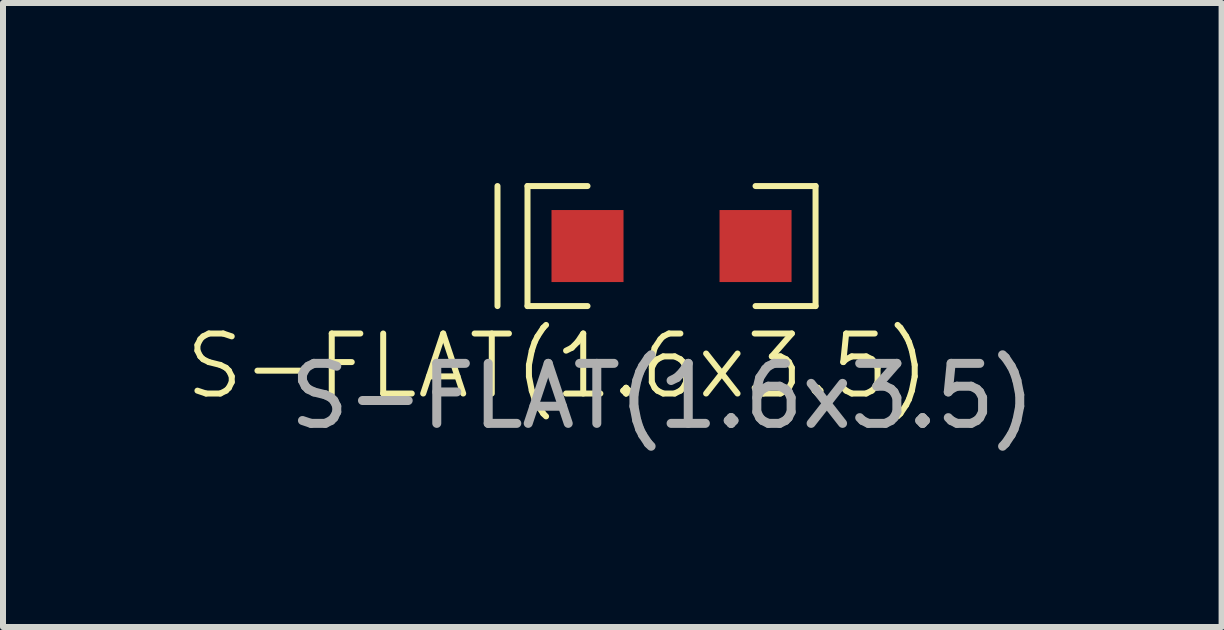
<source format=kicad_pcb>
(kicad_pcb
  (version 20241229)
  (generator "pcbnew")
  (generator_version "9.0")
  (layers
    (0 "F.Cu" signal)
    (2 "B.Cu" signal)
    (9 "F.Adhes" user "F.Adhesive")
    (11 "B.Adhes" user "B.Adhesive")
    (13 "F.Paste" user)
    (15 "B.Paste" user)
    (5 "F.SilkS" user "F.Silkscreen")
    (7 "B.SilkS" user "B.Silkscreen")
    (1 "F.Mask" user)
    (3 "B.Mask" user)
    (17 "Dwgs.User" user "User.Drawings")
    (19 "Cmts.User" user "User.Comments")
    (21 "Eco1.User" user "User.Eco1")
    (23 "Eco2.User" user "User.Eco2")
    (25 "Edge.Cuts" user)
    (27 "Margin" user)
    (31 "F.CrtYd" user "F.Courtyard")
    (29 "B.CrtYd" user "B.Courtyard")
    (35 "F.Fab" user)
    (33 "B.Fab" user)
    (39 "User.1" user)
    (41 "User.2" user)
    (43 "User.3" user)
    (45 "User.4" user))
  (footprint "S-FLAT(1.6x3.5)"
    (layer "F.Cu")
    (at 7.99 1.05)
    (property "Reference" "S-FLAT(1.6x3.5)" (at -1.75 2 0) (unlocked yes) (layer "F.SilkS") (effects (font (size 1 1) (thickness 0.1))))
    (attr smd)
    (fp_line (start -2.75 -1) (end -2.75 1) (stroke (width 0.1) (type default)) (layer "F.SilkS"))
    (fp_line (start -2.25 -1) (end -1.25 -1) (stroke (width 0.1) (type default)) (layer "F.SilkS"))
    (fp_line (start -2.25 1) (end -2.25 -1) (stroke (width 0.1) (type default)) (layer "F.SilkS"))
    (fp_line (start -2.25 1) (end -1.25 1) (stroke (width 0.1) (type default)) (layer "F.SilkS"))
    (fp_line (start 2.55 -1) (end 1.55 -1) (stroke (width 0.1) (type default)) (layer "F.SilkS"))
    (fp_line (start 2.55 -1) (end 2.55 1) (stroke (width 0.1) (type default)) (layer "F.SilkS"))
    (fp_line (start 2.55 1) (end 1.55 1) (stroke (width 0.1) (type default)) (layer "F.SilkS"))
    (fp_text user "${REFERENCE}" (at 0 2.5 0) (unlocked yes) (layer "F.Fab") (effects (font (size 1 1) (thickness 0.15))))
    (pad "1" smd rect (at -1.25 0) (size 1.2 1.2) (layers "F.Cu" "F.Mask" "F.Paste"))
    (pad "2" smd rect (at 1.55 0) (size 1.2 1.2) (layers "F.Cu" "F.Mask" "F.Paste")))
  (gr_rect
    (start -3 -3)
    (end 17.306 7.398)
    (stroke (width 0.1) (type default))
    (fill no)
    (layer "Edge.Cuts")))
</source>
